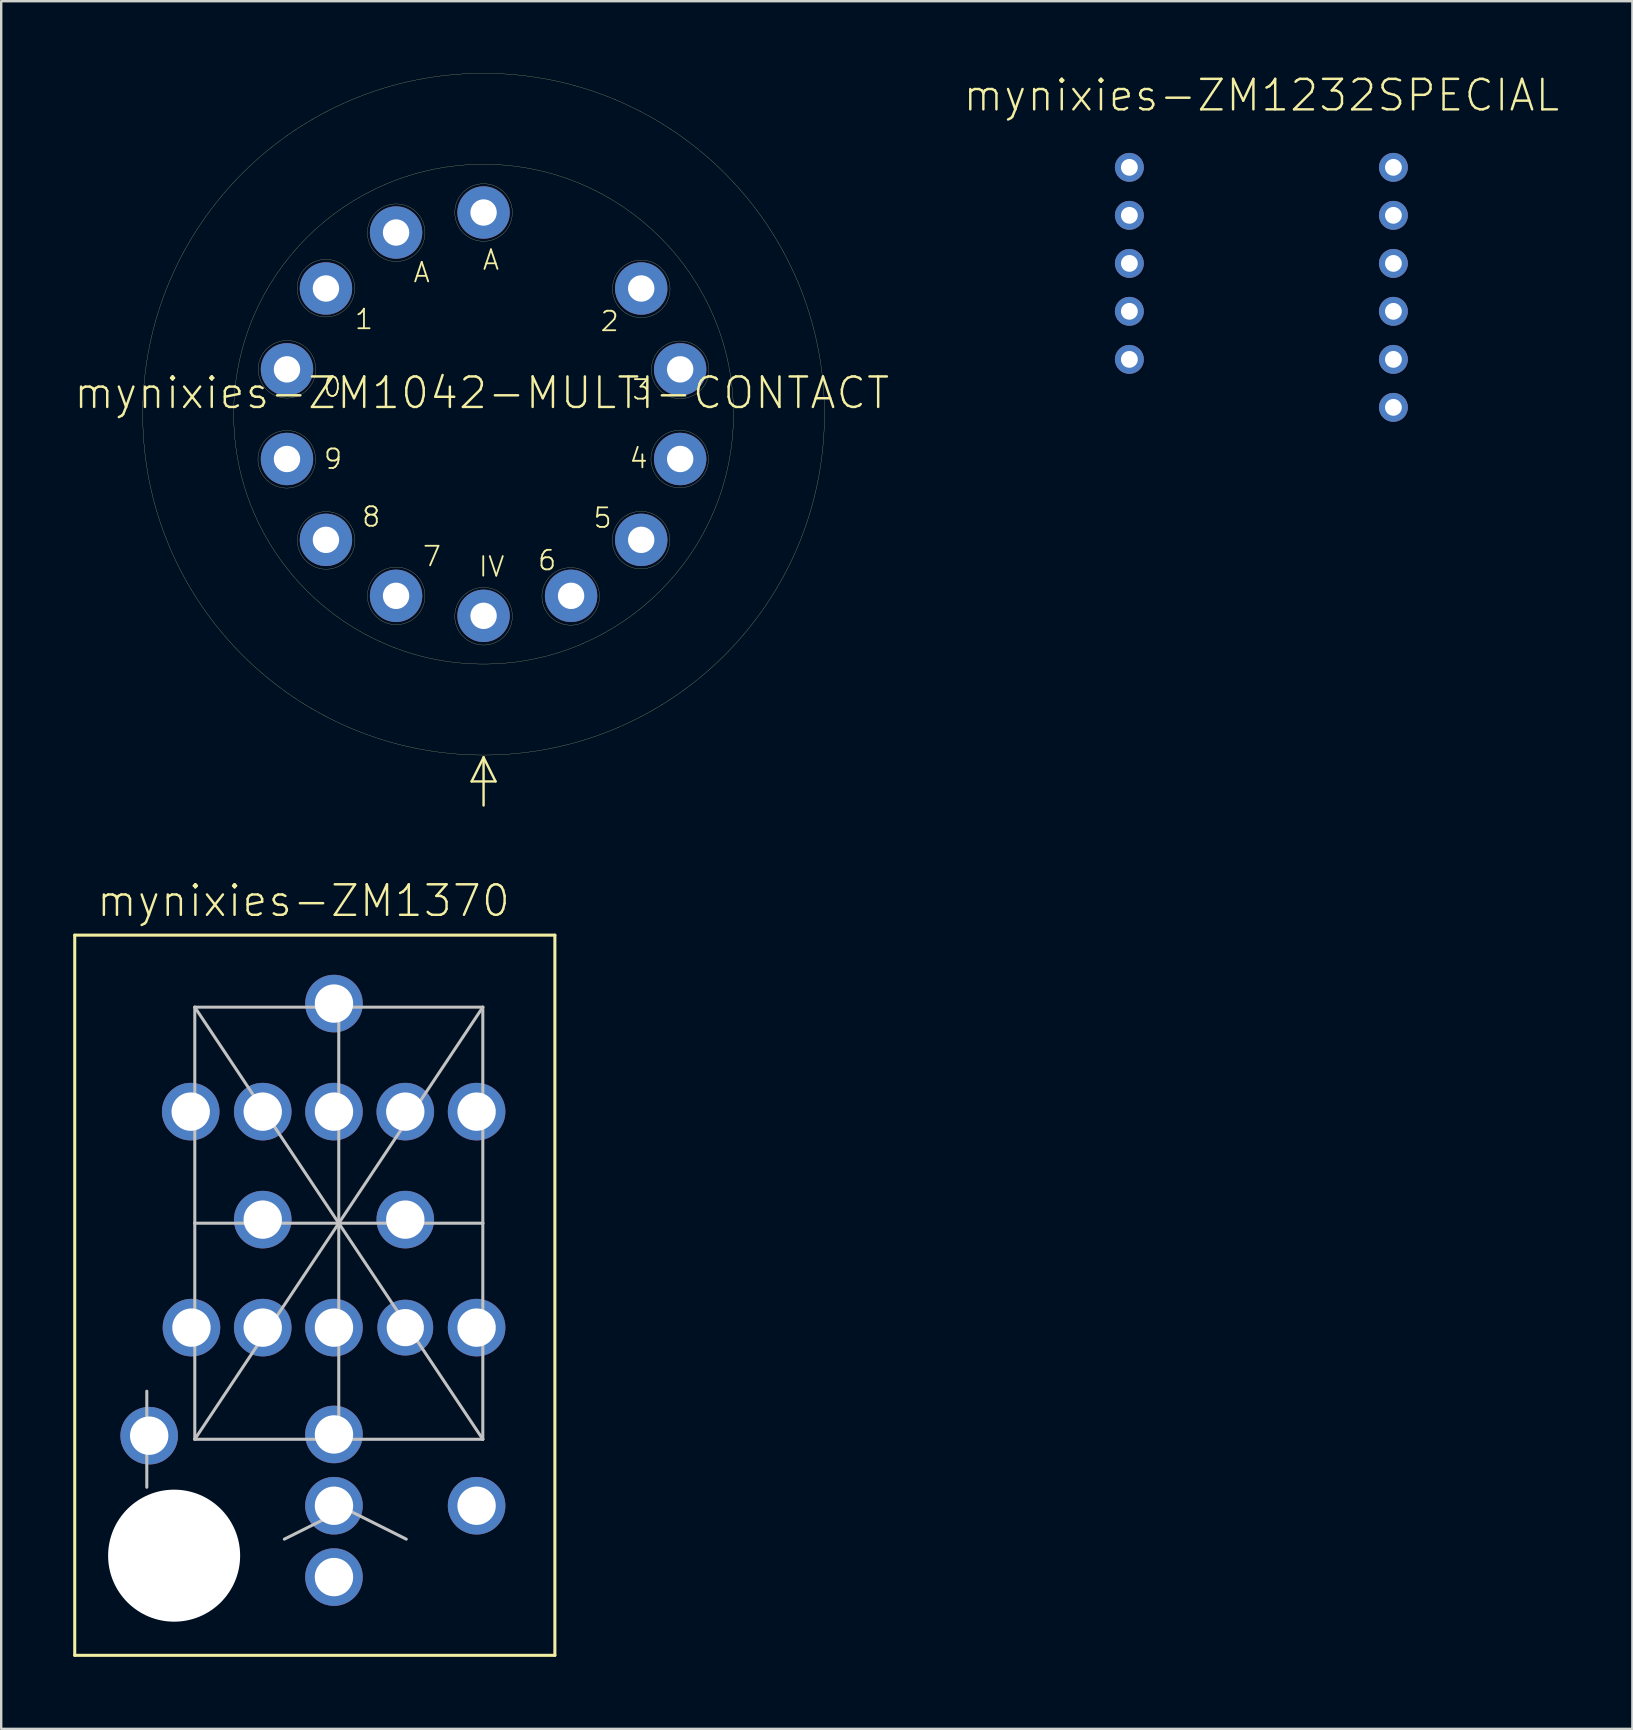
<source format=kicad_pcb>
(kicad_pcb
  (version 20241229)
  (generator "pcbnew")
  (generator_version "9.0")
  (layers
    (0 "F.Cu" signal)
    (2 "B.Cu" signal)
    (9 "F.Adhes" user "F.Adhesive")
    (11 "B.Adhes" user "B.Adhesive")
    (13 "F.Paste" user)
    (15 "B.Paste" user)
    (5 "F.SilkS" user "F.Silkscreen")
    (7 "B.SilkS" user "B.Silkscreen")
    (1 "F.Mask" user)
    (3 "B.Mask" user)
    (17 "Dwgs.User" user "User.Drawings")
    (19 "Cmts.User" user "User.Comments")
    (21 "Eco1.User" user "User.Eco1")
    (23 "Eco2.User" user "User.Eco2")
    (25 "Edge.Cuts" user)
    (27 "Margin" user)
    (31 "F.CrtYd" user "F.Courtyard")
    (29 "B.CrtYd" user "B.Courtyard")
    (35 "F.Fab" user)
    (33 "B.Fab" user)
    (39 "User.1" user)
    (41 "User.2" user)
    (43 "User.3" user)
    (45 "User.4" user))
  (footprint "mynixies-ZM1232SPECIAL"
    (layer "F.Cu")
    (at 49.492 8.92)
    (property "Reference" "mynixies-ZM1232SPECIAL" (at 0 -7.998 0) (layer "F.SilkS") (effects (font (size 1.27 1.27) (thickness 0.102))))
    (attr exclude_from_pos_files exclude_from_bom)
    (pad "0" thru_hole circle (at 5.499 -4.999) (size 1.206 1.206) (drill 0.699) (layers "*.Cu" "*.Mask"))
    (pad "1" thru_hole circle (at -5.499 -3) (size 1.206 1.206) (drill 0.699) (layers "*.Cu" "*.Mask"))
    (pad "2" thru_hole circle (at -5.499 -0.998) (size 1.206 1.206) (drill 0.699) (layers "*.Cu" "*.Mask"))
    (pad "3" thru_hole circle (at -5.499 0.998) (size 1.206 1.206) (drill 0.699) (layers "*.Cu" "*.Mask"))
    (pad "4" thru_hole circle (at -5.499 3) (size 1.206 1.206) (drill 0.699) (layers "*.Cu" "*.Mask"))
    (pad "5" thru_hole circle (at 5.499 4.999) (size 1.206 1.206) (drill 0.699) (layers "*.Cu" "*.Mask"))
    (pad "6" thru_hole circle (at 5.499 3) (size 1.206 1.206) (drill 0.699) (layers "*.Cu" "*.Mask"))
    (pad "7" thru_hole circle (at 5.499 0.998) (size 1.206 1.206) (drill 0.699) (layers "*.Cu" "*.Mask"))
    (pad "8" thru_hole circle (at 5.499 -0.998) (size 1.206 1.206) (drill 0.699) (layers "*.Cu" "*.Mask"))
    (pad "9" thru_hole circle (at 5.499 -3) (size 1.206 1.206) (drill 0.699) (layers "*.Cu" "*.Mask"))
    (pad "A" thru_hole circle (at -5.499 -4.999) (size 1.206 1.206) (drill 0.699) (layers "*.Cu" "*.Mask")))
  (footprint "mynixies-ZM1042-MULTI-CONTACT"
    (layer "F.Cu")
    (at 17.093 14.202)
    (property "Reference" "mynixies-ZM1042-MULTI-CONTACT" (at -0.074 -0.884 0) (layer "F.SilkS") (effects (font (size 1.27 1.27) (thickness 0.102))))
    (attr exclude_from_pos_files exclude_from_bom)
    (fp_line (start -0.498 15.298) (end 0.498 15.298) (stroke (width 0.1) (type solid)) (layer "F.SilkS"))
    (fp_line (start 0 14.298) (end -0.498 15.298) (stroke (width 0.1) (type solid)) (layer "F.SilkS"))
    (fp_line (start 0 14.298) (end 0 16.299) (stroke (width 0.1) (type solid)) (layer "F.SilkS"))
    (fp_line (start 0.498 15.298) (end 0 14.298) (stroke (width 0.1) (type solid)) (layer "F.SilkS"))
    (fp_circle (center -8.199 1.88) (end -8.199 0.681) (stroke (width 0.008) (type solid)) (fill no) (layer "F.SilkS"))
    (fp_circle (center -8.189 -1.869) (end -8.189 -3.068) (stroke (width 0.008) (type solid)) (fill no) (layer "F.SilkS"))
    (fp_circle (center -6.568 -5.248) (end -6.568 -6.447) (stroke (width 0.008) (type solid)) (fill no) (layer "F.SilkS"))
    (fp_circle (center -6.558 5.258) (end -6.558 4.059) (stroke (width 0.008) (type solid)) (fill no) (layer "F.SilkS"))
    (fp_circle (center -3.64 -7.559) (end -3.64 -8.758) (stroke (width 0.008) (type solid)) (fill no) (layer "F.SilkS"))
    (fp_circle (center -3.64 7.569) (end -3.64 6.37) (stroke (width 0.008) (type solid)) (fill no) (layer "F.SilkS"))
    (fp_circle (center 0 -8.4) (end 0 -9.599) (stroke (width 0.008) (type solid)) (fill no) (layer "F.SilkS"))
    (fp_circle (center 0 0) (end 0 -14.199) (stroke (width 0.008) (type solid)) (fill no) (layer "F.SilkS"))
    (fp_circle (center 0 0) (end 0 -10.409) (stroke (width 0.008) (type solid)) (fill no) (layer "F.SilkS"))
    (fp_circle (center 0 8.418) (end 0 7.219) (stroke (width 0.008) (type solid)) (fill no) (layer "F.SilkS"))
    (fp_circle (center 3.63 7.59) (end 3.63 6.391) (stroke (width 0.008) (type solid)) (fill no) (layer "F.SilkS"))
    (fp_circle (center 6.558 5.248) (end 6.558 4.049) (stroke (width 0.008) (type solid)) (fill no) (layer "F.SilkS"))
    (fp_circle (center 6.568 -5.22) (end 6.568 -6.419) (stroke (width 0.008) (type solid)) (fill no) (layer "F.SilkS"))
    (fp_circle (center 8.169 1.869) (end 8.169 0.671) (stroke (width 0.008) (type solid)) (fill no) (layer "F.SilkS"))
    (fp_circle (center 8.189 -1.849) (end 8.189 -3.048) (stroke (width 0.008) (type solid)) (fill no) (layer "F.SilkS"))
    (fp_text user "A" (at 0.307 -6.424 0) (layer "F.SilkS") (effects (font (size 0.813 0.813) (thickness 0.076))))
    (fp_text user "9" (at -6.271 1.869 0) (layer "F.SilkS") (effects (font (size 0.813 0.813) (thickness 0.076))))
    (fp_text user "3" (at 6.574 -1.019 0) (layer "F.SilkS") (effects (font (size 0.813 0.813) (thickness 0.076))))
    (fp_text user "0" (at -6.302 -1.13 0) (layer "F.SilkS") (effects (font (size 0.813 0.813) (thickness 0.076))))
    (fp_text user "6" (at 2.647 6.091 0) (layer "F.SilkS") (effects (font (size 0.813 0.813) (thickness 0.076))))
    (fp_text user "8" (at -4.681 4.277 0) (layer "F.SilkS") (effects (font (size 0.813 0.813) (thickness 0.076))))
    (fp_text user "IV" (at 0.335 6.353 0) (layer "F.SilkS") (effects (font (size 0.813 0.813) (thickness 0.076))))
    (fp_text user "5" (at 4.958 4.323 0) (layer "F.SilkS") (effects (font (size 0.813 0.813) (thickness 0.076))))
    (fp_text user "7" (at -2.151 5.923 0) (layer "F.SilkS") (effects (font (size 0.813 0.813) (thickness 0.076))))
    (fp_text user "1" (at -4.983 -3.952 0) (layer "F.SilkS") (effects (font (size 0.813 0.813) (thickness 0.076))))
    (fp_text user "A" (at -2.578 -5.903 0) (layer "F.SilkS") (effects (font (size 0.813 0.813) (thickness 0.076))))
    (fp_text user "2" (at 5.253 -3.868 0) (layer "F.SilkS") (effects (font (size 0.813 0.813) (thickness 0.076))))
    (fp_text user "4" (at 6.459 1.841 0) (layer "F.SilkS") (effects (font (size 0.813 0.813) (thickness 0.076))))
    (pad "0" thru_hole circle (at -8.189 -1.867) (size 2.182 2.182) (drill 1.1) (layers "*.Cu" "*.Mask"))
    (pad "1" thru_hole circle (at -6.566 -5.235) (size 2.182 2.182) (drill 1.1) (layers "*.Cu" "*.Mask"))
    (pad "2" thru_hole circle (at 6.566 -5.235) (size 2.182 2.182) (drill 1.1) (layers "*.Cu" "*.Mask"))
    (pad "3" thru_hole circle (at 8.189 -1.867) (size 2.182 2.182) (drill 1.1) (layers "*.Cu" "*.Mask"))
    (pad "4" thru_hole circle (at 8.189 1.867) (size 2.182 2.182) (drill 1.1) (layers "*.Cu" "*.Mask"))
    (pad "5" thru_hole circle (at 6.566 5.235) (size 2.182 2.182) (drill 1.1) (layers "*.Cu" "*.Mask"))
    (pad "6" thru_hole circle (at 3.645 7.567) (size 2.182 2.182) (drill 1.1) (layers "*.Cu" "*.Mask"))
    (pad "7" thru_hole circle (at -3.645 7.567) (size 2.182 2.182) (drill 1.1) (layers "*.Cu" "*.Mask"))
    (pad "8" thru_hole circle (at -6.566 5.235) (size 2.182 2.182) (drill 1.1) (layers "*.Cu" "*.Mask"))
    (pad "9" thru_hole circle (at -8.189 1.867) (size 2.182 2.182) (drill 1.1) (layers "*.Cu" "*.Mask"))
    (pad "A" thru_hole circle (at 0 -8.4) (size 2.182 2.182) (drill 1.1) (layers "*.Cu" "*.Mask"))
    (pad "A1" thru_hole circle (at -3.645 -7.567) (size 2.182 2.182) (drill 1.1) (layers "*.Cu" "*.Mask"))
    (pad "IV" thru_hole circle (at 0 8.4) (size 2.182 2.182) (drill 1.1) (layers "*.Cu" "*.Mask")))
  (footprint "mynixies-ZM1370"
    (layer "F.Cu")
    (at 10.063 50.902)
    (property "Reference" "mynixies-ZM1370" (at -0.47 -16.429 0) (layer "F.SilkS") (effects (font (size 1.27 1.27) (thickness 0.102))))
    (attr exclude_from_pos_files exclude_from_bom)
    (fp_line (start -10 -14.999) (end -10 14.999) (stroke (width 0.127) (type solid)) (layer "F.SilkS"))
    (fp_line (start -10 14.999) (end 10 14.999) (stroke (width 0.127) (type solid)) (layer "F.SilkS"))
    (fp_line (start 10 -14.999) (end -10 -14.999) (stroke (width 0.127) (type solid)) (layer "F.SilkS"))
    (fp_line (start 10 14.999) (end 10 -14.999) (stroke (width 0.127) (type solid)) (layer "F.SilkS"))
    (fp_line (start -6.998 3.998) (end -6.998 7.998) (stroke (width 0.127) (type solid)) (layer "Dwgs.User"))
    (fp_line (start -4.999 -11.999) (end -4.999 -3) (stroke (width 0.127) (type solid)) (layer "Dwgs.User"))
    (fp_line (start -4.999 -11.999) (end 0.998 -11.999) (stroke (width 0.127) (type solid)) (layer "Dwgs.User"))
    (fp_line (start -4.999 -11.999) (end 0.998 -3) (stroke (width 0.127) (type solid)) (layer "Dwgs.User"))
    (fp_line (start -4.999 -3) (end -4.999 5.999) (stroke (width 0.127) (type solid)) (layer "Dwgs.User"))
    (fp_line (start -4.999 -3) (end 0.998 -3) (stroke (width 0.127) (type solid)) (layer "Dwgs.User"))
    (fp_line (start -4.999 5.999) (end 0.998 -3) (stroke (width 0.127) (type solid)) (layer "Dwgs.User"))
    (fp_line (start -4.999 5.999) (end 0.998 5.999) (stroke (width 0.127) (type solid)) (layer "Dwgs.User"))
    (fp_line (start -1.27 10.16) (end 1.27 8.89) (stroke (width 0.127) (type solid)) (layer "Dwgs.User"))
    (fp_line (start 0.998 -11.999) (end 0.998 -3) (stroke (width 0.127) (type solid)) (layer "Dwgs.User"))
    (fp_line (start 0.998 -11.999) (end 6.998 -11.999) (stroke (width 0.127) (type solid)) (layer "Dwgs.User"))
    (fp_line (start 0.998 -3) (end 0.998 5.999) (stroke (width 0.127) (type solid)) (layer "Dwgs.User"))
    (fp_line (start 0.998 -3) (end 6.998 -11.999) (stroke (width 0.127) (type solid)) (layer "Dwgs.User"))
    (fp_line (start 0.998 -3) (end 6.998 -3) (stroke (width 0.127) (type solid)) (layer "Dwgs.User"))
    (fp_line (start 0.998 -3) (end 6.998 5.999) (stroke (width 0.127) (type solid)) (layer "Dwgs.User"))
    (fp_line (start 0.998 5.999) (end 6.998 5.999) (stroke (width 0.127) (type solid)) (layer "Dwgs.User"))
    (fp_line (start 1.27 8.89) (end 3.81 10.16) (stroke (width 0.127) (type solid)) (layer "Dwgs.User"))
    (fp_line (start 6.998 -3) (end 6.998 -11.999) (stroke (width 0.127) (type solid)) (layer "Dwgs.User"))
    (fp_line (start 6.998 5.999) (end 6.998 -3) (stroke (width 0.127) (type solid)) (layer "Dwgs.User"))
    (pad "" np_thru_hole circle (at -5.86 10.848) (size 5.499 5.499) (drill 5.499) (layers "*.Cu" "*.Mask"))
    (pad "1" thru_hole circle (at 0.798 -12.149) (size 2.398 2.398) (drill 1.598) (layers "*.Cu" "*.Mask"))
    (pad "2" thru_hole circle (at -5.169 -7.648) (size 2.398 2.398) (drill 1.598) (layers "*.Cu" "*.Mask"))
    (pad "3" thru_hole circle (at -5.138 1.349) (size 2.398 2.398) (drill 1.598) (layers "*.Cu" "*.Mask"))
    (pad "4" thru_hole circle (at 0.798 5.799) (size 2.398 2.398) (drill 1.598) (layers "*.Cu" "*.Mask"))
    (pad "5" thru_hole circle (at 6.739 1.349) (size 2.398 2.398) (drill 1.598) (layers "*.Cu" "*.Mask"))
    (pad "6" thru_hole circle (at 6.739 -7.648) (size 2.398 2.398) (drill 1.598) (layers "*.Cu" "*.Mask"))
    (pad "7" thru_hole circle (at 3.769 -7.648) (size 2.398 2.398) (drill 1.598) (layers "*.Cu" "*.Mask"))
    (pad "8" thru_hole circle (at 0.798 -7.648) (size 2.398 2.398) (drill 1.598) (layers "*.Cu" "*.Mask"))
    (pad "9" thru_hole circle (at -2.169 -7.648) (size 2.398 2.398) (drill 1.598) (layers "*.Cu" "*.Mask"))
    (pad "10" thru_hole circle (at -2.169 -3.15) (size 2.398 2.398) (drill 1.598) (layers "*.Cu" "*.Mask"))
    (pad "11" thru_hole circle (at -2.169 1.349) (size 2.398 2.398) (drill 1.598) (layers "*.Cu" "*.Mask"))
    (pad "12" thru_hole circle (at 0.798 1.349) (size 2.398 2.398) (drill 1.598) (layers "*.Cu" "*.Mask"))
    (pad "13" thru_hole circle (at 3.769 1.349) (size 2.324 2.324) (drill 1.549) (layers "*.Cu" "*.Mask"))
    (pad "14" thru_hole circle (at 3.769 -3.15) (size 2.398 2.398) (drill 1.598) (layers "*.Cu" "*.Mask"))
    (pad "15" thru_hole circle (at -6.899 5.85) (size 2.398 2.398) (drill 1.598) (layers "*.Cu" "*.Mask"))
    (pad "16" thru_hole circle (at 0.798 11.74) (size 2.398 2.398) (drill 1.598) (layers "*.Cu" "*.Mask"))
    (pad "17" thru_hole circle (at 0.798 8.768) (size 2.398 2.398) (drill 1.598) (layers "*.Cu" "*.Mask"))
    (pad "18" thru_hole circle (at 6.739 8.768) (size 2.398 2.398) (drill 1.598) (layers "*.Cu" "*.Mask")))
  (gr_rect
    (start -3 -3)
    (end 64.945 68.964)
    (stroke (width 0.1) (type default))
    (fill no)
    (layer "Edge.Cuts")))
</source>
